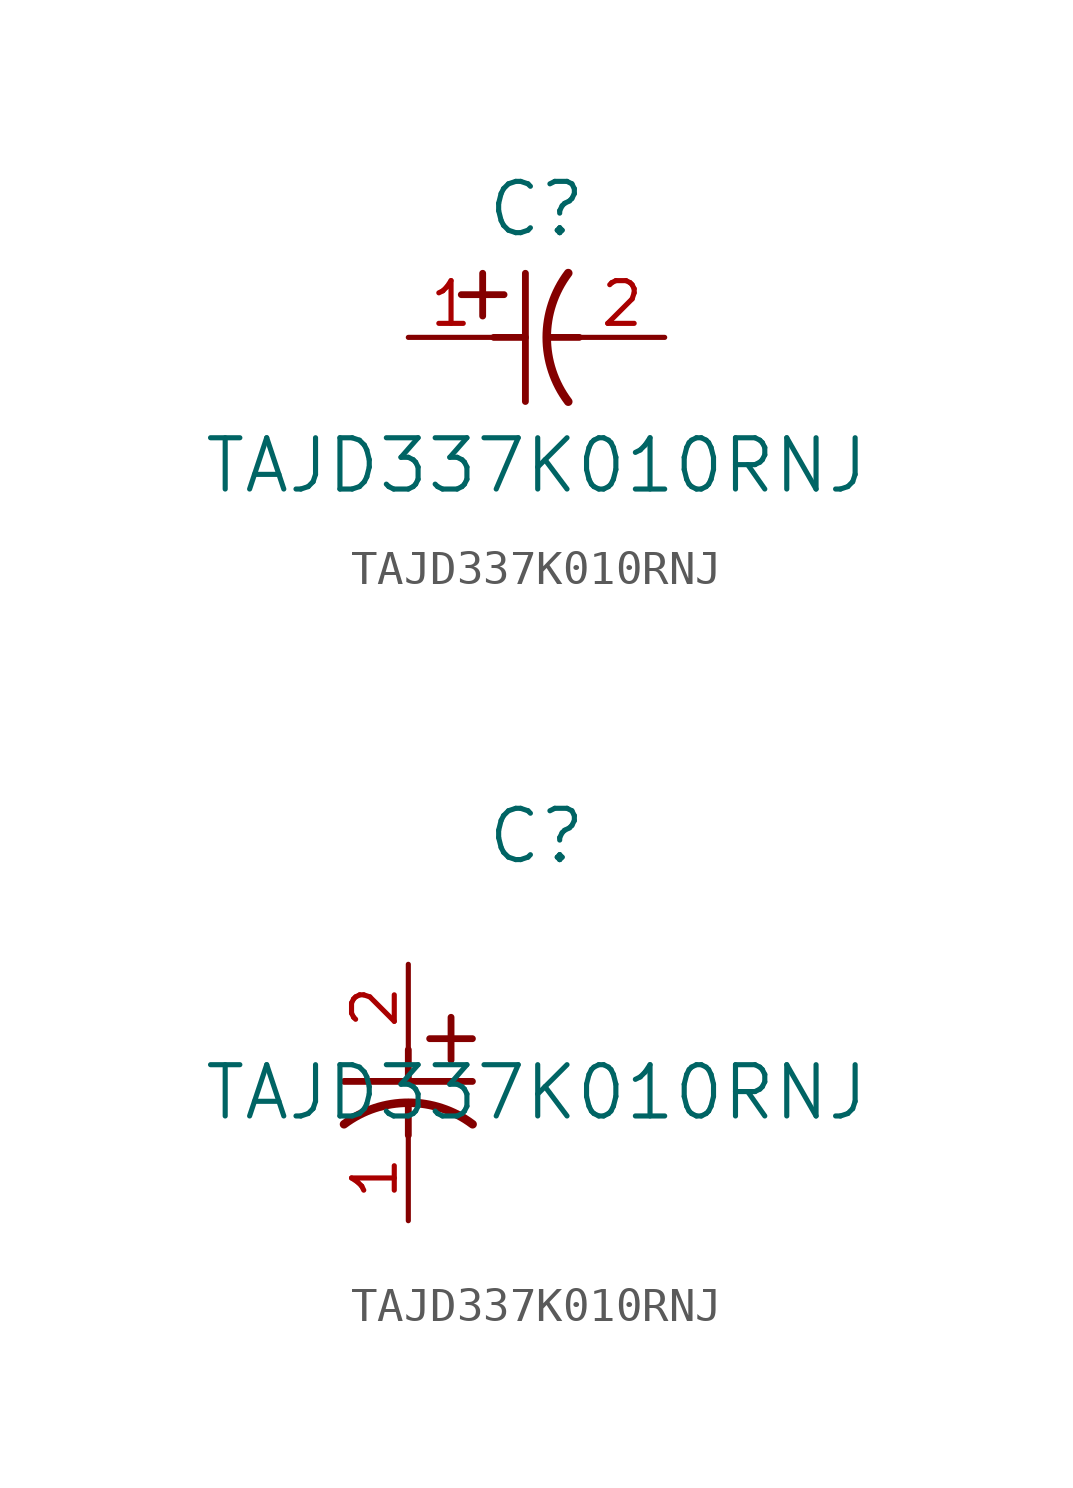
<source format=kicad_sym>
(kicad_symbol_lib
  (version 20211014)
  (generator kicad_symbol_editor)
  (symbol "TAJD337K010RNJ"
    (pin_names
      (offset 0.254))
    (property "Reference" "C"
      (at 3.81 3.81 0)
      (effects (font (size 1.524 1.524))))
    (property "Value" "TAJD337K010RNJ"
      (at 3.81 -3.81 0)
      (effects (font (size 1.524 1.524))))
    (symbol "TAJD337K010RNJ_1_1"
      (polyline (pts (xy 2.21 0.635) (xy 2.21 1.905)) (stroke (width 0.203) (type default) (color 0 0 0 0)) (fill (type none)))
      (arc (start 4.754132 1.910763) (mid 4.1148 0) (end 4.754132 -1.910763) (stroke (width 0.254) (type default) (color 0 0 0 0)) (fill (type none)))
      (polyline (pts (xy 4.115 0) (xy 5.08 0)) (stroke (width 0.203) (type default) (color 0 0 0 0)) (fill (type none)))
      (polyline (pts (xy 3.48 -1.905) (xy 3.48 1.905)) (stroke (width 0.203) (type default) (color 0 0 0 0)) (fill (type none)))
      (polyline (pts (xy 1.575 1.27) (xy 2.845 1.27)) (stroke (width 0.203) (type default) (color 0 0 0 0)) (fill (type none)))
      (polyline (pts (xy 2.54 0) (xy 3.48 0)) (stroke (width 0.203) (type default) (color 0 0 0 0)) (fill (type none)))
      (pin unspecified line (at 0 0 0) (length 2.54) (name "" (effects (font (size 1.27 1.27)))) (number "1" (effects (font (size 1.27 1.27)))))
      (pin unspecified line (at 7.62 0 180) (length 2.54) (name "" (effects (font (size 1.27 1.27)))) (number "2" (effects (font (size 1.27 1.27))))))
    (symbol "TAJD337K010RNJ_1_2"
      (polyline (pts (xy 0 -2.54) (xy 0 -3.48)) (stroke (width 0.203) (type default) (color 0 0 0 0)) (fill (type none)))
      (arc (start 1.910763 -4.754132) (mid 0 -4.1148) (end -1.910763 -4.754132) (stroke (width 0.254) (type default) (color 0 0 0 0)) (fill (type none)))
      (polyline (pts (xy -1.905 -3.48) (xy 1.905 -3.48)) (stroke (width 0.203) (type default) (color 0 0 0 0)) (fill (type none)))
      (polyline (pts (xy 0.635 -2.21) (xy 1.905 -2.21)) (stroke (width 0.203) (type default) (color 0 0 0 0)) (fill (type none)))
      (polyline (pts (xy 1.27 -1.575) (xy 1.27 -2.845)) (stroke (width 0.203) (type default) (color 0 0 0 0)) (fill (type none)))
      (polyline (pts (xy 0 -4.115) (xy 0 -5.08)) (stroke (width 0.203) (type default) (color 0 0 0 0)) (fill (type none)))
      (pin unspecified line (at 0 -7.62 90) (length 2.54) (name "" (effects (font (size 1.27 1.27)))) (number "1" (effects (font (size 1.27 1.27)))))
      (pin unspecified line (at 0 0 270) (length 2.54) (name "" (effects (font (size 1.27 1.27)))) (number "2" (effects (font (size 1.27 1.27))))))))
</source>
